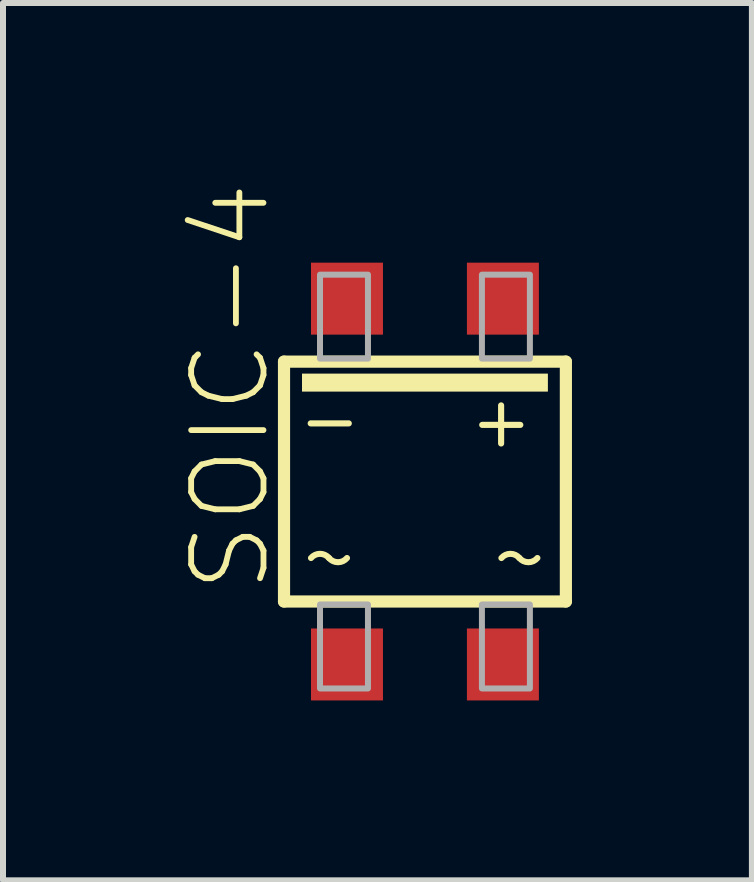
<source format=kicad_pcb>
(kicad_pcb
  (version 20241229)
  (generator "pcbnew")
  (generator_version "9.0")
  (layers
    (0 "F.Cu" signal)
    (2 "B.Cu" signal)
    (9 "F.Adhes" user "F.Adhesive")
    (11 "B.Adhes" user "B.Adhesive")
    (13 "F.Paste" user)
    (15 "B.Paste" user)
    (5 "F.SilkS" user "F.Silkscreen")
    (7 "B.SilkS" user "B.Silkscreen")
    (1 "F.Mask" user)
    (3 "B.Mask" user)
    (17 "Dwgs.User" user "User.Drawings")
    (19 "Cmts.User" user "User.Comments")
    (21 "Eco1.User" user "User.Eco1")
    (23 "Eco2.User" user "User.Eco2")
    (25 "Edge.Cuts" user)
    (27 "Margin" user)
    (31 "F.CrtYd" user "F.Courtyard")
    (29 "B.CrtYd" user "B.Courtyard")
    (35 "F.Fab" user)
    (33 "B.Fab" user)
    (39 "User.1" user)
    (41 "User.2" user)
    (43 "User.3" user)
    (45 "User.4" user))
  (footprint "SOIC-4"
    (layer "F.Cu")
    (at 4.036 4.98)
    (property "Reference" "SOIC-4" (at -2.54 1.905 270) (layer "F.SilkS") (effects (font (size 1.206 1.206) (thickness 0.097)) (justify left bottom)))
    (attr through_hole)
    (fp_line (start -2.35 -2) (end 2.35 -2) (stroke (width 0.203) (type solid)) (layer "F.SilkS"))
    (fp_line (start -2.35 2) (end -2.35 -2) (stroke (width 0.203) (type solid)) (layer "F.SilkS"))
    (fp_line (start -1.905 -0.97) (end -1.27 -0.97) (stroke (width 0.102) (type solid)) (layer "F.SilkS"))
    (fp_line (start 0.955 -0.945) (end 1.59 -0.945) (stroke (width 0.102) (type solid)) (layer "F.SilkS"))
    (fp_line (start 1.27 -1.27) (end 1.27 -0.635) (stroke (width 0.102) (type solid)) (layer "F.SilkS"))
    (fp_line (start 2.35 -2) (end 2.35 2) (stroke (width 0.203) (type solid)) (layer "F.SilkS"))
    (fp_line (start 2.35 2) (end -2.35 2) (stroke (width 0.203) (type solid)) (layer "F.SilkS"))
    (fp_arc (start -1.9 1.275) (mid -1.75 1.205102) (end -1.6 1.275) (stroke (width 0.1016) (type solid)) (layer "F.SilkS"))
    (fp_arc (start -1.3 1.275) (mid -1.450001 1.344898) (end -1.600001 1.274999) (stroke (width 0.1016) (type solid)) (layer "F.SilkS"))
    (fp_arc (start 1.275 1.275) (mid 1.425 1.205102) (end 1.575 1.275) (stroke (width 0.1016) (type solid)) (layer "F.SilkS"))
    (fp_arc (start 1.875 1.275) (mid 1.724999 1.344898) (end 1.574999 1.274999) (stroke (width 0.1016) (type solid)) (layer "F.SilkS"))
    (fp_poly (pts (xy -2.05 -1.5) (xy 2.05 -1.5) (xy 2.05 -1.8) (xy -2.05 -1.8)) (stroke (width 0) (type solid)) (fill yes) (layer "F.SilkS"))
    (fp_poly (pts (xy -1.75 -2.05) (xy -0.95 -2.05) (xy -0.95 -3.45) (xy -1.75 -3.45)) (stroke (width 0.1) (type solid)) (fill no) (layer "F.Fab"))
    (fp_poly (pts (xy -0.95 2.05) (xy -1.75 2.05) (xy -1.75 3.45) (xy -0.95 3.45)) (stroke (width 0.1) (type solid)) (fill no) (layer "F.Fab"))
    (fp_poly (pts (xy 0.95 -2.05) (xy 1.75 -2.05) (xy 1.75 -3.45) (xy 0.95 -3.45)) (stroke (width 0.1) (type solid)) (fill no) (layer "F.Fab"))
    (fp_poly (pts (xy 1.75 2.05) (xy 0.95 2.05) (xy 0.95 3.45) (xy 1.75 3.45)) (stroke (width 0.1) (type solid)) (fill no) (layer "F.Fab"))
    (pad "+" smd rect (at 1.3 -3.05) (size 1.2 1.2) (layers "F.Cu" "F.Mask" "F.Paste"))
    (pad "-" smd rect (at -1.3 -3.05) (size 1.2 1.2) (layers "F.Cu" "F.Mask" "F.Paste"))
    (pad "~1" smd rect (at -1.3 3.05 180) (size 1.2 1.2) (layers "F.Cu" "F.Mask" "F.Paste"))
    (pad "~2" smd rect (at 1.3 3.05 180) (size 1.2 1.2) (layers "F.Cu" "F.Mask" "F.Paste")))
  (gr_rect
    (start -3 -3)
    (end 9.488 11.63)
    (stroke (width 0.1) (type default))
    (fill no)
    (layer "Edge.Cuts")))
</source>
